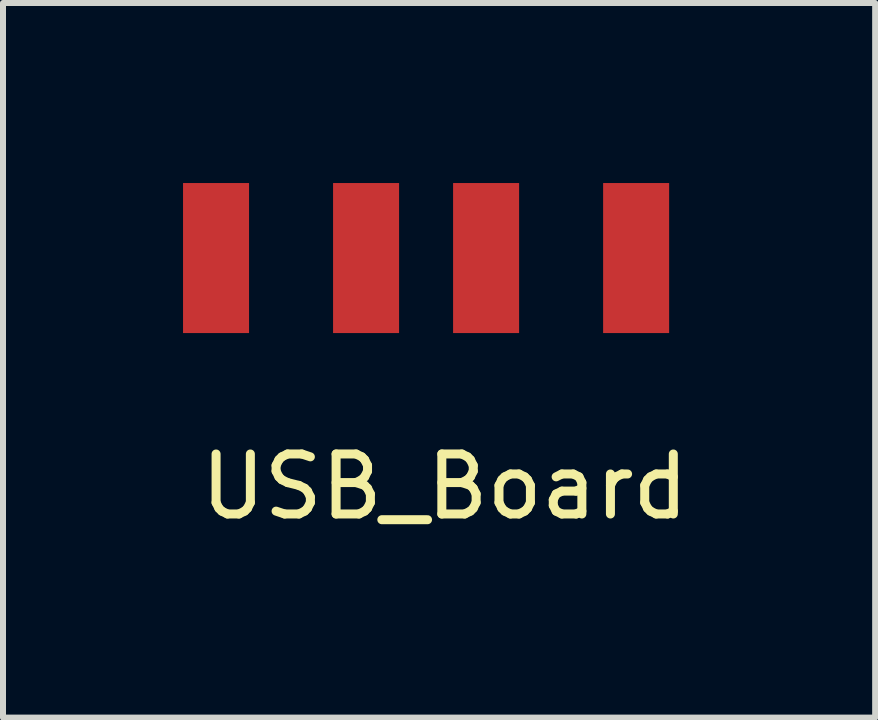
<source format=kicad_pcb>
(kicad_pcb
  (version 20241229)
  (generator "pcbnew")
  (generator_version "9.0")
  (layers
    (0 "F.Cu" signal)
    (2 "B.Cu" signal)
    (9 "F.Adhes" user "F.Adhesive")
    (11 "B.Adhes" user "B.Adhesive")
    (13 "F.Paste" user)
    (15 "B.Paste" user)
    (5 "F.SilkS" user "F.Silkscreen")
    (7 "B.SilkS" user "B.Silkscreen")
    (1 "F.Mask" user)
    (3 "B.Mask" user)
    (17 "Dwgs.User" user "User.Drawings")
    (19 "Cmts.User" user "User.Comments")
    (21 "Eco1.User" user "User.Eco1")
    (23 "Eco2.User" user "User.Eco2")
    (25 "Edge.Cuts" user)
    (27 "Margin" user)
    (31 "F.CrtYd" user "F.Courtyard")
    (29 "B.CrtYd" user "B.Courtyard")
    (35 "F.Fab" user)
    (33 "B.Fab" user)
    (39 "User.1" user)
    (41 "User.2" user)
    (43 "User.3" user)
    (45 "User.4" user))
  (footprint "USB_Board"
    (layer "F.Cu")
    (at 4.36 2.52)
    (property "Reference" "USB_Board" (at 0 2.54 0) (layer "F.SilkS") (effects (font (size 1 1) (thickness 0.15))))
    (attr through_hole)
    (pad "1" connect rect (at -3.81 -1.27) (size 1.1 2.5) (layers "F.Cu" "F.Mask"))
    (pad "2" connect rect (at -1.31 -1.27) (size 1.1 2.5) (layers "F.Cu" "F.Mask"))
    (pad "3" connect rect (at 0.69 -1.27) (size 1.1 2.5) (layers "F.Cu" "F.Mask"))
    (pad "4" connect rect (at 3.19 -1.27) (size 1.1 2.5) (layers "F.Cu" "F.Mask")))
  (gr_rect
    (start -3 -3)
    (end 11.533 8.908)
    (stroke (width 0.1) (type default))
    (fill no)
    (layer "Edge.Cuts")))
</source>
